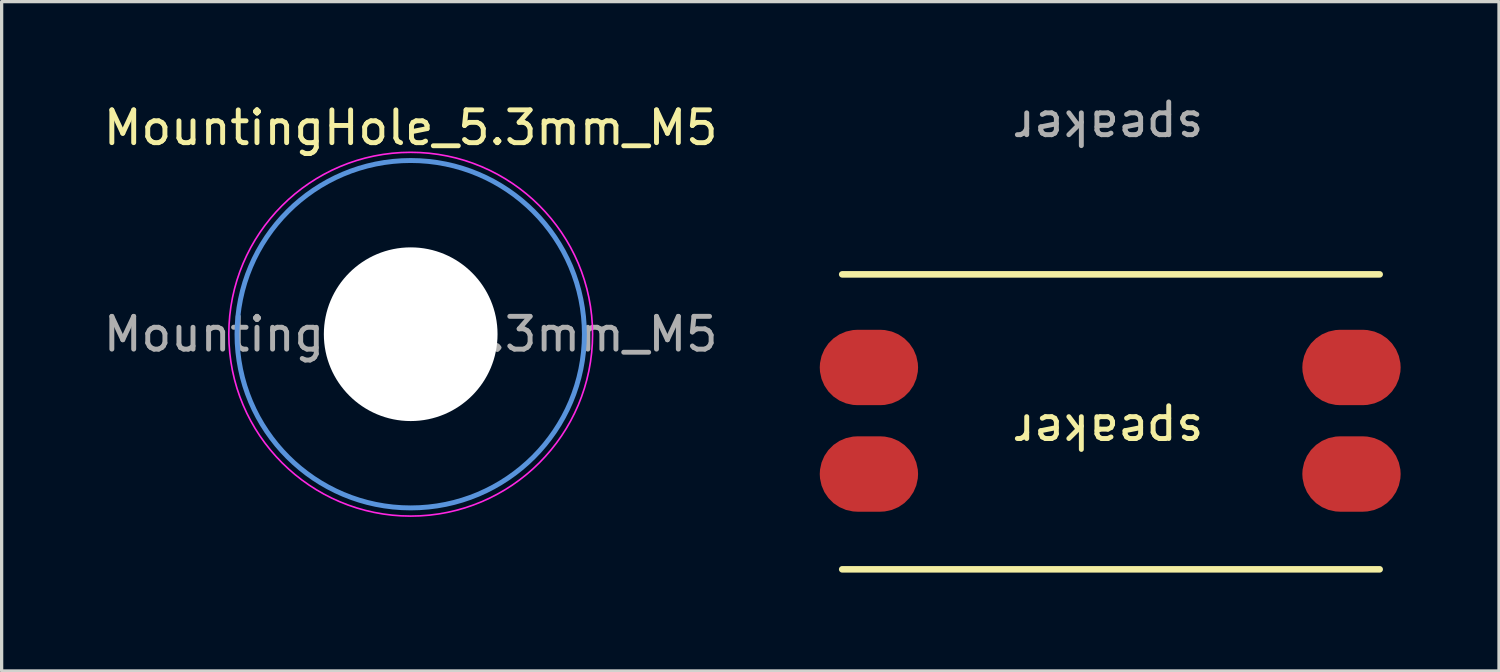
<source format=kicad_pcb>
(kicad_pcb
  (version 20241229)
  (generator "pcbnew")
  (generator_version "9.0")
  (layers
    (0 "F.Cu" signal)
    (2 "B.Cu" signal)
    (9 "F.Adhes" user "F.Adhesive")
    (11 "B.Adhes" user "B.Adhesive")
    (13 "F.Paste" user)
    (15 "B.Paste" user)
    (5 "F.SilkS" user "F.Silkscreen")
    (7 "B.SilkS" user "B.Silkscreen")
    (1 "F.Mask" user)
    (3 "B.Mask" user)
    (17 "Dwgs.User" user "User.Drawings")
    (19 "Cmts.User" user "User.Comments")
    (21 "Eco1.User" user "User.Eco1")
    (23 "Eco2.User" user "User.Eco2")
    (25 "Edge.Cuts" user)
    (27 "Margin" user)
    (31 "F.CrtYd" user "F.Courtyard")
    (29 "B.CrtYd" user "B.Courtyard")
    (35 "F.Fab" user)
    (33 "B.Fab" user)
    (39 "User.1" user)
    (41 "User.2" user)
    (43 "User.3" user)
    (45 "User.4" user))
  (footprint "speaker"
    (layer "F.Cu")
    (at 30.779 3.388)
    (property "Reference" "speaker" (at 0 6.731 180) (unlocked yes) (layer "F.SilkS") (effects (font (size 1 1) (thickness 0.15))))
    (attr smd exclude_from_bom)
    (fp_line (start -8.13 1.934) (end 8.27 1.934) (stroke (width 0.2) (type solid)) (layer "F.SilkS"))
    (fp_line (start 8.27 10.934) (end -8.13 10.934) (stroke (width 0.2) (type solid)) (layer "F.SilkS"))
    (fp_text user "${REFERENCE}" (at 0 -2.54 180) (unlocked yes) (layer "F.Fab") (effects (font (size 1 1) (thickness 0.15))))
    (pad "1" smd roundrect (at -7.315 4.775 180) (size 3 2.3) (layers "F.Cu" "F.Mask") (roundrect_rratio 0.5))
    (pad "2" smd roundrect (at -7.315 8.026 180) (size 3 2.3) (layers "F.Cu" "F.Mask") (roundrect_rratio 0.5))
    (pad "3" smd roundrect (at 7.41 8.026 180) (size 3 2.3) (layers "F.Cu" "F.Mask") (roundrect_rratio 0.5))
    (pad "4" smd roundrect (at 7.41 4.775 180) (size 3 2.3) (layers "F.Cu" "F.Mask") (roundrect_rratio 0.5)))
  (footprint "MountingHole_5.3mm_M5"
    (layer "F.Cu")
    (at 9.482 7.148)
    (property "Reference" "MountingHole_5.3mm_M5" (at 0 -6.3 0) (layer "F.SilkS") (effects (font (size 1 1) (thickness 0.15))))
    (attr exclude_from_pos_files)
    (fp_circle (center 0 0) (end 5.3 0) (stroke (width 0.15) (type solid)) (fill no) (layer "Cmts.User"))
    (fp_circle (center 0 0) (end 5.55 0) (stroke (width 0.05) (type solid)) (fill no) (layer "F.CrtYd"))
    (fp_text user "${REFERENCE}" (at 0 0 0) (layer "F.Fab") (effects (font (size 1 1) (thickness 0.15))))
    (pad "" np_thru_hole circle (at 0 0) (size 5.3 5.3) (drill 5.3) (layers "*.Cu" "*.Mask")))
  (gr_rect
    (start -3 -3)
    (end 42.69 17.423)
    (stroke (width 0.1) (type default))
    (fill no)
    (layer "Edge.Cuts")))
</source>
